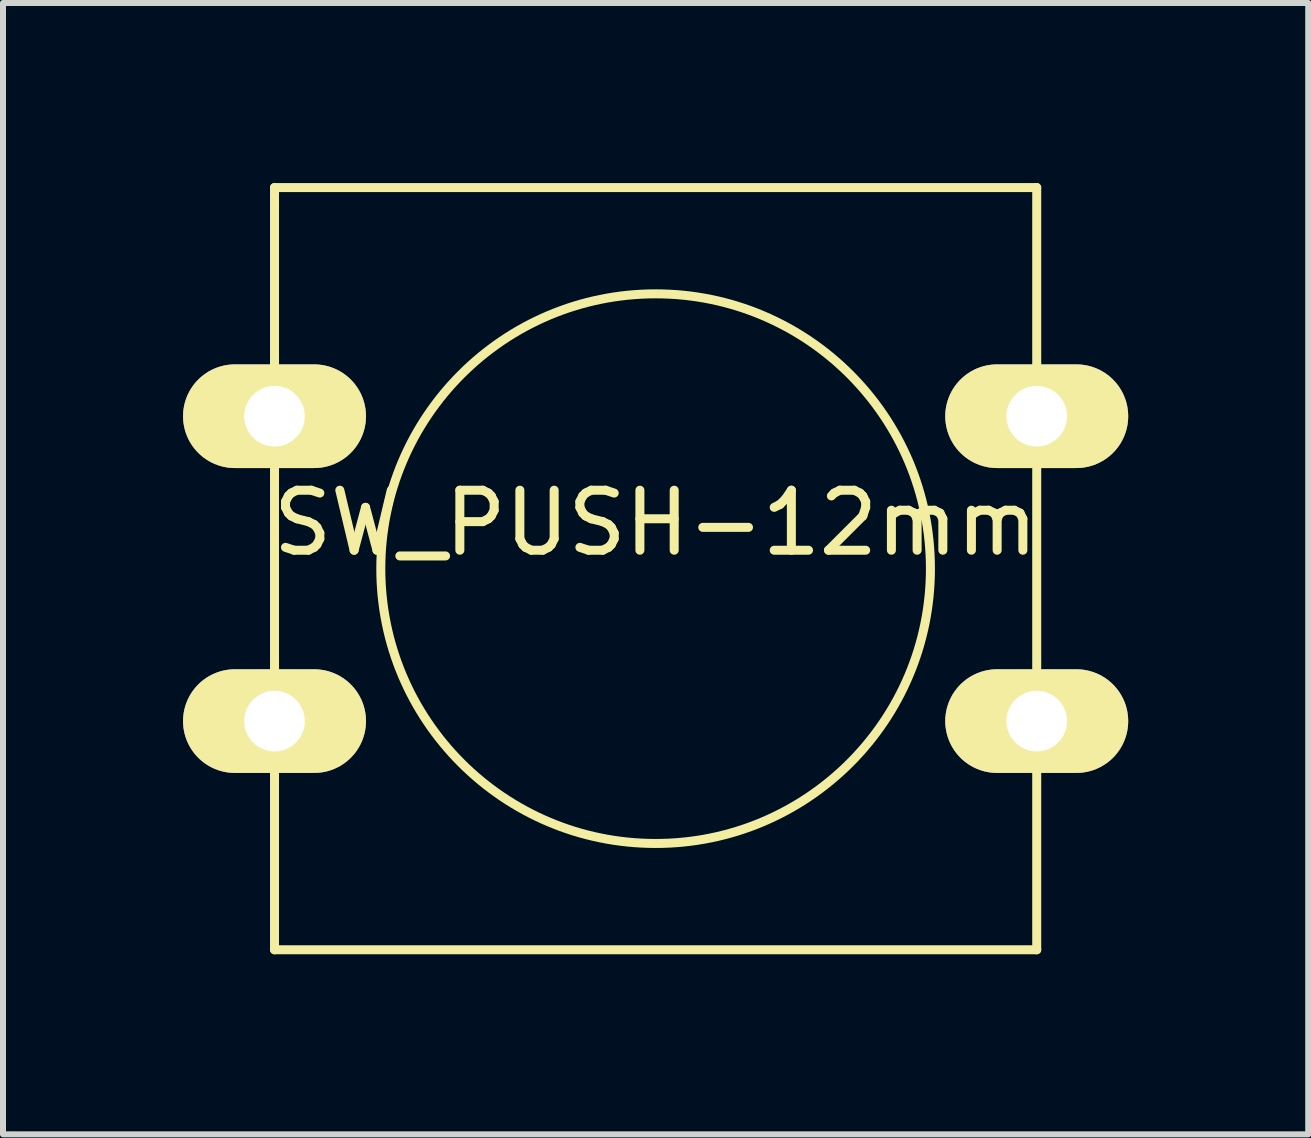
<source format=kicad_pcb>
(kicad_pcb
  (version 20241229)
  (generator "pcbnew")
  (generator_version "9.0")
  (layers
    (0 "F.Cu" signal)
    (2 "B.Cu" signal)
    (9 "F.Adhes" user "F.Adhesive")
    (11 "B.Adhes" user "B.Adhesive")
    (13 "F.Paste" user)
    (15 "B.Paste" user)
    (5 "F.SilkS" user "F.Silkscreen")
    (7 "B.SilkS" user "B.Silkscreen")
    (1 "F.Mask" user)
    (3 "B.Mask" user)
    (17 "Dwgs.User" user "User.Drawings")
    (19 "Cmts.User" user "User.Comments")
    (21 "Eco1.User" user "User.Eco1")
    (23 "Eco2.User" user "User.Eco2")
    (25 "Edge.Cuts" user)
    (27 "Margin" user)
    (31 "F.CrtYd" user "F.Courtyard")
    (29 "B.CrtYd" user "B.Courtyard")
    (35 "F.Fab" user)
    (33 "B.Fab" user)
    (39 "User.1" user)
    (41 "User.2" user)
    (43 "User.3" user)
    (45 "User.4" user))
  (footprint "SW_PUSH-12mm"
    (layer "F.Cu")
    (at 7.874 6.425)
    (property "Reference" "SW_PUSH-12mm" (at 0 -0.762 0) (layer "F.SilkS") (effects (font (size 1 1) (thickness 0.15))))
    (attr through_hole)
    (fp_line (start -6.35 -6.35) (end 6.35 -6.35) (stroke (width 0.15) (type solid)) (layer "F.SilkS"))
    (fp_line (start -6.35 6.35) (end -6.35 -6.35) (stroke (width 0.15) (type solid)) (layer "F.SilkS"))
    (fp_line (start 6.35 -6.35) (end 6.35 6.35) (stroke (width 0.15) (type solid)) (layer "F.SilkS"))
    (fp_line (start 6.35 6.35) (end -6.35 6.35) (stroke (width 0.15) (type solid)) (layer "F.SilkS"))
    (fp_circle (center 0 0) (end 3.81 2.54) (stroke (width 0.15) (type solid)) (fill no) (layer "F.SilkS"))
    (pad "1" thru_hole oval (at -6.35 -2.54) (size 3.048 1.727) (drill 1.01) (layers "*.Cu" "*.Mask" "F.SilkS"))
    (pad "1" thru_hole oval (at 6.35 -2.54) (size 3.048 1.727) (drill 1.01) (layers "*.Cu" "*.Mask" "F.SilkS"))
    (pad "2" thru_hole oval (at -6.35 2.54) (size 3.048 1.727) (drill 1.01) (layers "*.Cu" "*.Mask" "F.SilkS"))
    (pad "2" thru_hole oval (at 6.35 2.54) (size 3.048 1.727) (drill 1.01) (layers "*.Cu" "*.Mask" "F.SilkS")))
  (gr_rect
    (start -3 -3)
    (end 18.748 15.85)
    (stroke (width 0.1) (type default))
    (fill no)
    (layer "Edge.Cuts")))
</source>
